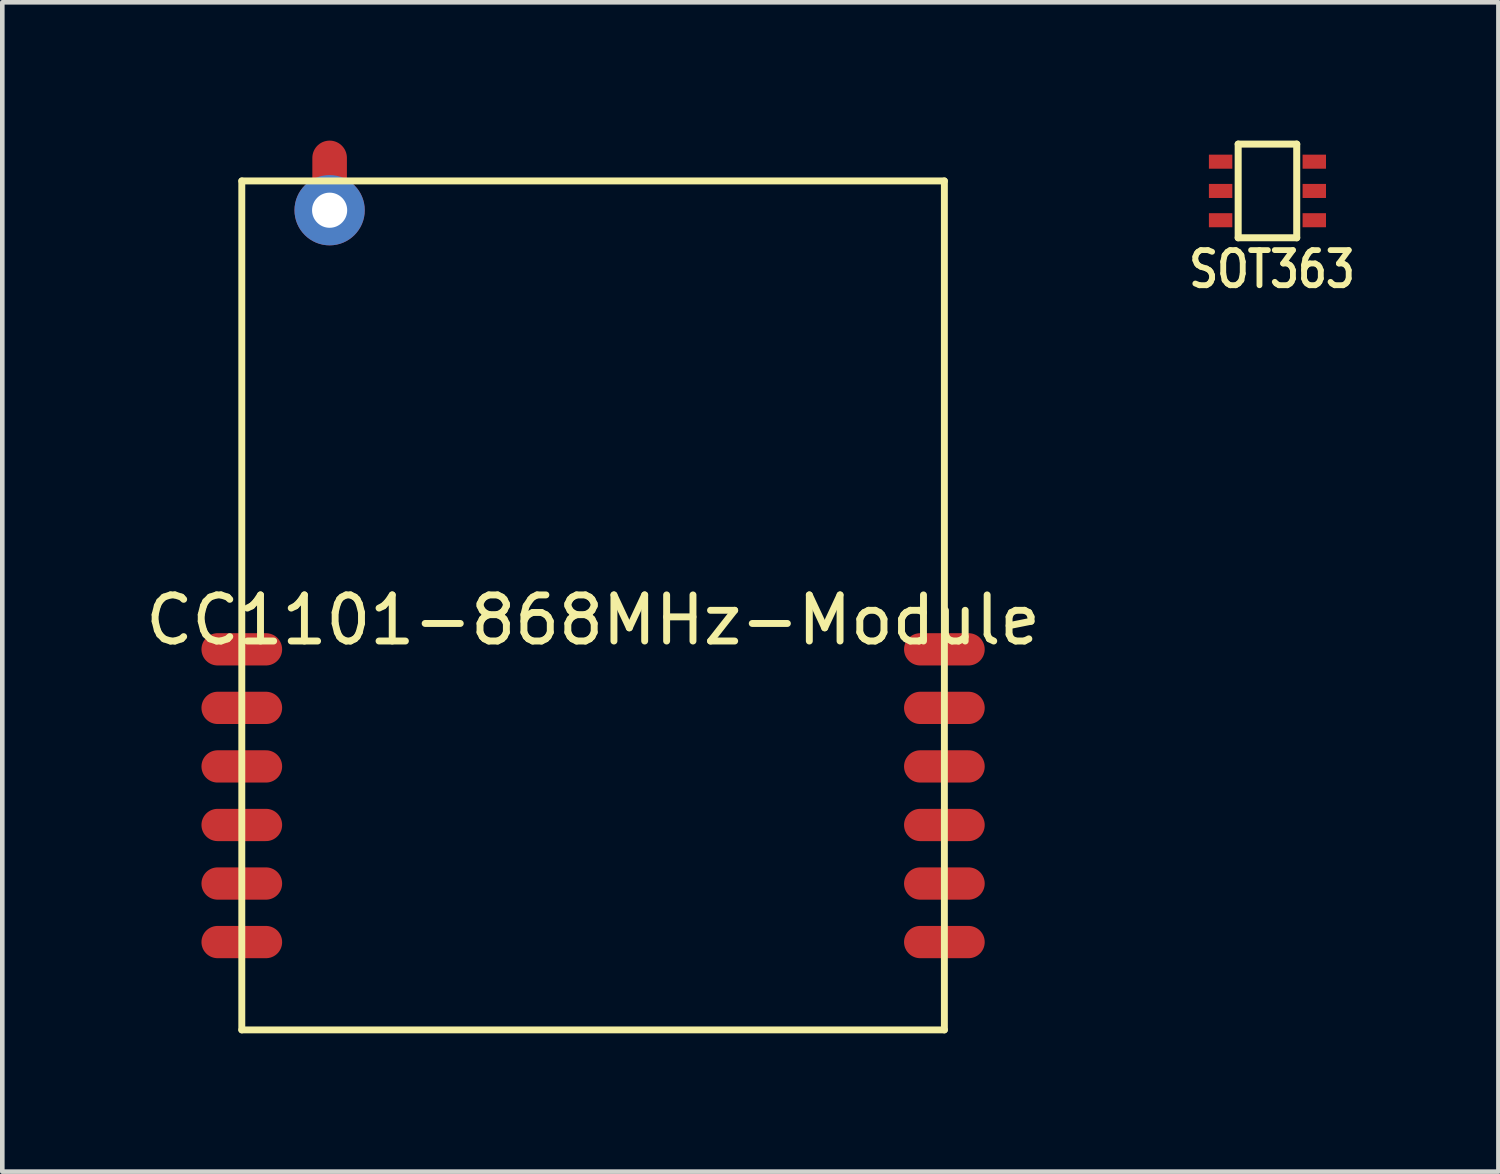
<source format=kicad_pcb>
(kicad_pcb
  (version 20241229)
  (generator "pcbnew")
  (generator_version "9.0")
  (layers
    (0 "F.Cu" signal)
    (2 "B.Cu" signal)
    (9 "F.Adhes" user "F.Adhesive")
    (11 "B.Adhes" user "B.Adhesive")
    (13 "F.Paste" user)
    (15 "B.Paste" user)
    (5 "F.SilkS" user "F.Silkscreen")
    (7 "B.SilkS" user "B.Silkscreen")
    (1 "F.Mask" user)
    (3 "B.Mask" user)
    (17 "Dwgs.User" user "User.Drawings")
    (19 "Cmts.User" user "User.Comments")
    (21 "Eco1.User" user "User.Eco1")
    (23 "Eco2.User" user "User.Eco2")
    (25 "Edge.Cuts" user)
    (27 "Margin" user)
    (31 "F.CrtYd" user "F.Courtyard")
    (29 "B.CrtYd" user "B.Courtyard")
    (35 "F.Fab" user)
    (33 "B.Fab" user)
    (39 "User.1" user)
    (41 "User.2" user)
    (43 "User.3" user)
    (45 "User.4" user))
  (footprint "SOT363"
    (layer "F.Cu")
    (at 24.443 1.092)
    (property "Reference" "SOT363" (at 0.099 1.699 0) (layer "F.SilkS") (effects (font (size 0.762 0.635) (thickness 0.127))))
    (attr smd)
    (fp_line (start -0.635 -1.016) (end -0.635 1.016) (stroke (width 0.152) (type solid)) (layer "F.SilkS"))
    (fp_line (start -0.635 1.016) (end 0.635 1.016) (stroke (width 0.152) (type solid)) (layer "F.SilkS"))
    (fp_line (start 0.635 -1.016) (end -0.635 -1.016) (stroke (width 0.152) (type solid)) (layer "F.SilkS"))
    (fp_line (start 0.635 1.016) (end 0.635 -1.016) (stroke (width 0.152) (type solid)) (layer "F.SilkS"))
    (pad "1" smd rect (at -1.016 -0.635) (size 0.508 0.305) (layers "F.Cu" "F.Mask" "F.Paste"))
    (pad "2" smd rect (at -1.016 0) (size 0.508 0.305) (layers "F.Cu" "F.Mask" "F.Paste"))
    (pad "3" smd rect (at -1.016 0.635) (size 0.508 0.305) (layers "F.Cu" "F.Mask" "F.Paste"))
    (pad "4" smd rect (at 1.016 0.635) (size 0.508 0.305) (layers "F.Cu" "F.Mask" "F.Paste"))
    (pad "5" smd rect (at 1.016 0) (size 0.508 0.305) (layers "F.Cu" "F.Mask" "F.Paste"))
    (pad "6" smd rect (at 1.016 -0.635) (size 0.508 0.305) (layers "F.Cu" "F.Mask" "F.Paste")))
  (footprint "CC1101-868MHz-Module"
    (layer "F.Cu")
    (at 9.815 10.4)
    (property "Reference" "CC1101-868MHz-Module" (at 0 0 0) (layer "F.SilkS") (effects (font (size 1 1) (thickness 0.15))))
    (attr through_hole)
    (fp_line (start -7.62 8.89) (end -7.62 -9.525) (stroke (width 0.15) (type solid)) (layer "F.SilkS"))
    (fp_line (start -7.62 8.89) (end 7.62 8.89) (stroke (width 0.15) (type solid)) (layer "F.SilkS"))
    (fp_line (start 7.62 -9.525) (end -7.62 -9.525) (stroke (width 0.15) (type solid)) (layer "F.SilkS"))
    (fp_line (start 7.62 -9.525) (end 7.62 8.89) (stroke (width 0.15) (type solid)) (layer "F.SilkS"))
    (pad "1" smd oval (at -7.62 0.635) (size 1.75 0.7) (layers "F.Cu" "F.Mask" "F.Paste"))
    (pad "2" smd oval (at -7.62 1.905) (size 1.75 0.7) (layers "F.Cu" "F.Mask" "F.Paste"))
    (pad "3" smd oval (at -7.62 3.175) (size 1.75 0.7) (layers "F.Cu" "F.Mask" "F.Paste"))
    (pad "4" smd oval (at -7.62 4.445) (size 1.75 0.7) (layers "F.Cu" "F.Mask" "F.Paste"))
    (pad "5" smd oval (at -7.62 5.715) (size 1.75 0.7) (layers "F.Cu" "F.Mask" "F.Paste"))
    (pad "6" smd oval (at -7.62 6.985) (size 1.75 0.7) (layers "F.Cu" "F.Mask" "F.Paste"))
    (pad "7" smd oval (at 7.62 6.985) (size 1.75 0.7) (layers "F.Cu" "F.Mask" "F.Paste"))
    (pad "8" smd oval (at 7.62 5.715) (size 1.75 0.7) (layers "F.Cu" "F.Mask" "F.Paste"))
    (pad "9" smd oval (at 7.62 4.445) (size 1.75 0.7) (layers "F.Cu" "F.Mask" "F.Paste"))
    (pad "10" smd oval (at 7.62 3.175) (size 1.75 0.7) (layers "F.Cu" "F.Mask" "F.Paste"))
    (pad "11" smd oval (at 7.62 1.905) (size 1.75 0.7) (layers "F.Cu" "F.Mask" "F.Paste"))
    (pad "12" smd oval (at 7.62 0.635) (size 1.75 0.7) (layers "F.Cu" "F.Mask" "F.Paste"))
    (pad "ANT" smd oval (at -5.715 -9.525 90) (size 1.75 0.75) (layers "F.Cu" "F.Mask" "F.Paste"))
    (pad "ANT" thru_hole circle (at -5.715 -8.89) (size 1.524 1.524) (drill 0.762) (layers "*.Cu" "*.Mask")))
  (gr_rect
    (start -3 -3)
    (end 29.453 22.365)
    (stroke (width 0.1) (type default))
    (fill no)
    (layer "Edge.Cuts")))
</source>
